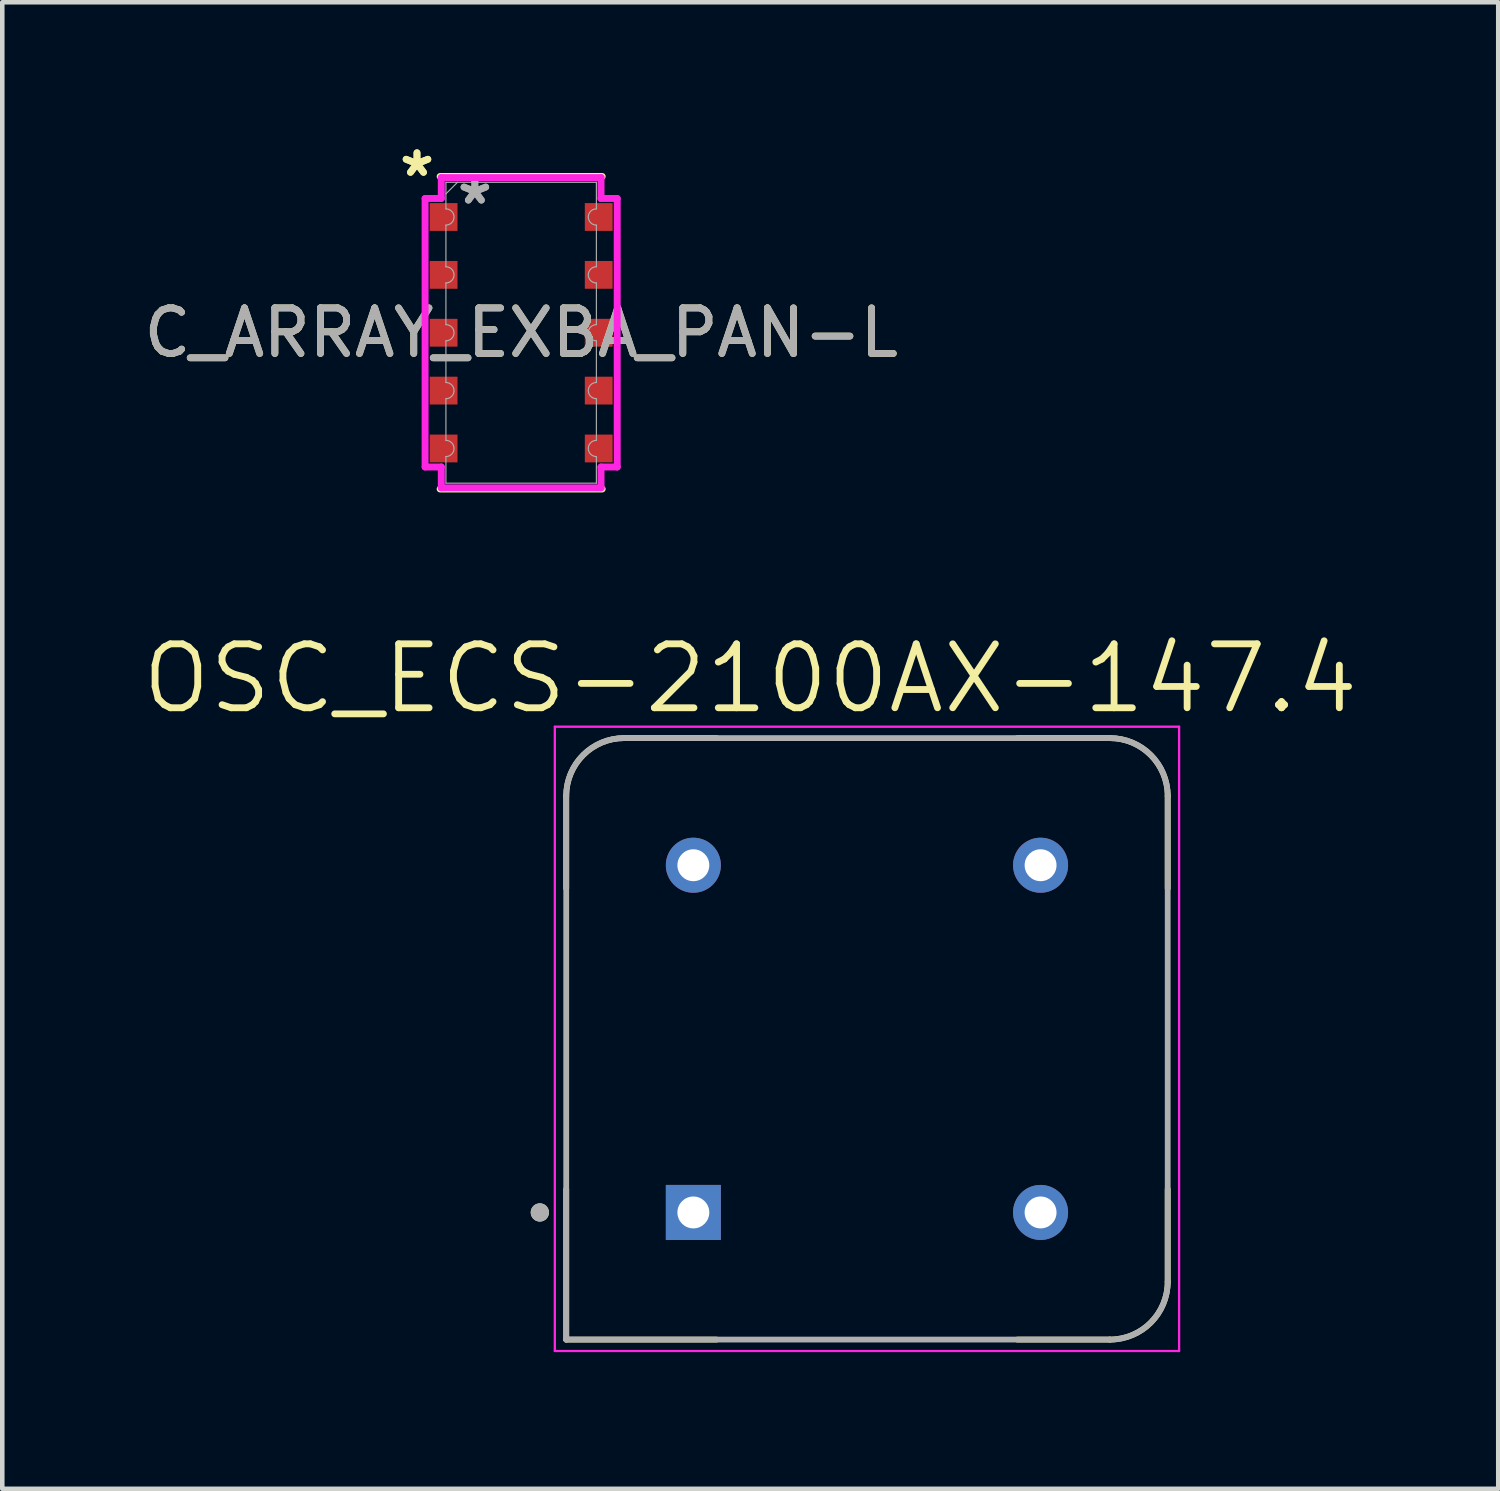
<source format=kicad_pcb>
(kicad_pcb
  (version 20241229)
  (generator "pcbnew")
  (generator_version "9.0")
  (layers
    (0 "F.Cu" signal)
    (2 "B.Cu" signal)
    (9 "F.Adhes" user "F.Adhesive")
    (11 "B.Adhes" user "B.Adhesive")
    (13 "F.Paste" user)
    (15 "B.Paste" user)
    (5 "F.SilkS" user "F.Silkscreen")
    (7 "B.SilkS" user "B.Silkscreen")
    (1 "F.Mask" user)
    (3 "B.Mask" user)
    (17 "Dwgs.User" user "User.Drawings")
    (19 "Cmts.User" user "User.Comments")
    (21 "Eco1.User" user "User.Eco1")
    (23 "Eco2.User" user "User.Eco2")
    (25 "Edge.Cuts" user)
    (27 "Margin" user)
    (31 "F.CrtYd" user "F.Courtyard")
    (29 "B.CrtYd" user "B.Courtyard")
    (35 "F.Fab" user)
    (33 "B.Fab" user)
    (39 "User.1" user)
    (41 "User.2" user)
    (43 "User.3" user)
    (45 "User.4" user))
  (footprint "OSC_ECS-2100AX-147.4"
    (layer "F.Cu")
    (at 15.976 19.748)
    (property "Reference" "OSC_ECS-2100AX-147.4" (at -2.561 -7.907 0) (layer "F.SilkS") (effects (font (size 1.403 1.403) (thickness 0.15))))
    (attr through_hole)
    (fp_line (start -6.6 -5.33) (end -6.6 -3.3) (stroke (width 0.127) (type solid)) (layer "F.SilkS"))
    (fp_line (start -6.6 6.6) (end -6.6 3.3) (stroke (width 0.127) (type solid)) (layer "F.SilkS"))
    (fp_line (start -3.3 -6.6) (end -5.33 -6.6) (stroke (width 0.127) (type solid)) (layer "F.SilkS"))
    (fp_line (start -3.3 6.6) (end -6.6 6.6) (stroke (width 0.127) (type solid)) (layer "F.SilkS"))
    (fp_line (start 3.3 -6.6) (end 5.33 -6.6) (stroke (width 0.127) (type solid)) (layer "F.SilkS"))
    (fp_line (start 3.3 6.6) (end 5.33 6.6) (stroke (width 0.127) (type solid)) (layer "F.SilkS"))
    (fp_line (start 6.6 -5.33) (end 6.6 -3.3) (stroke (width 0.127) (type solid)) (layer "F.SilkS"))
    (fp_line (start 6.6 5.33) (end 6.6 3.3) (stroke (width 0.127) (type solid)) (layer "F.SilkS"))
    (fp_arc (start -6.6 -5.33) (mid -6.228026 -6.228026) (end -5.33 -6.6) (stroke (width 0.127) (type solid)) (layer "F.SilkS"))
    (fp_arc (start 5.33 -6.6) (mid 6.228026 -6.228026) (end 6.6 -5.33) (stroke (width 0.127) (type solid)) (layer "F.SilkS"))
    (fp_arc (start 6.6 5.33) (mid 6.228026 6.228026) (end 5.33 6.6) (stroke (width 0.127) (type solid)) (layer "F.SilkS"))
    (fp_circle (center -7.179 3.81) (end -7.079 3.81) (stroke (width 0.2) (type solid)) (fill no) (layer "F.SilkS"))
    (fp_line (start -6.85 -6.85) (end 6.85 -6.85) (stroke (width 0.05) (type solid)) (layer "F.CrtYd"))
    (fp_line (start -6.85 6.85) (end -6.85 -6.85) (stroke (width 0.05) (type solid)) (layer "F.CrtYd"))
    (fp_line (start 6.85 -6.85) (end 6.85 6.85) (stroke (width 0.05) (type solid)) (layer "F.CrtYd"))
    (fp_line (start 6.85 6.85) (end -6.85 6.85) (stroke (width 0.05) (type solid)) (layer "F.CrtYd"))
    (fp_line (start -6.6 6.6) (end -6.6 -5.33) (stroke (width 0.127) (type solid)) (layer "F.Fab"))
    (fp_line (start -5.33 -6.6) (end 5.33 -6.6) (stroke (width 0.127) (type solid)) (layer "F.Fab"))
    (fp_line (start 5.33 6.6) (end -6.6 6.6) (stroke (width 0.127) (type solid)) (layer "F.Fab"))
    (fp_line (start 6.6 -5.33) (end 6.6 5.33) (stroke (width 0.127) (type solid)) (layer "F.Fab"))
    (fp_arc (start -6.6 -5.33) (mid -6.228026 -6.228026) (end -5.33 -6.6) (stroke (width 0.127) (type solid)) (layer "F.Fab"))
    (fp_arc (start 5.33 -6.6) (mid 6.228026 -6.228026) (end 6.6 -5.33) (stroke (width 0.127) (type solid)) (layer "F.Fab"))
    (fp_arc (start 6.6 5.33) (mid 6.228026 6.228026) (end 5.33 6.6) (stroke (width 0.127) (type solid)) (layer "F.Fab"))
    (fp_circle (center -7.179 3.81) (end -7.079 3.81) (stroke (width 0.2) (type solid)) (fill no) (layer "F.Fab"))
    (pad "1" thru_hole rect (at -3.81 3.81) (size 1.208 1.208) (drill 0.7) (layers "*.Cu" "*.Mask"))
    (pad "4" thru_hole circle (at 3.81 3.81) (size 1.208 1.208) (drill 0.7) (layers "*.Cu" "*.Mask"))
    (pad "5" thru_hole circle (at 3.81 -3.81) (size 1.208 1.208) (drill 0.7) (layers "*.Cu" "*.Mask"))
    (pad "8" thru_hole circle (at -3.81 -3.81) (size 1.208 1.208) (drill 0.7) (layers "*.Cu" "*.Mask")))
  (footprint "C_ARRAY_EXBA_PAN-L"
    (layer "F.Cu")
    (at 8.387 4.252)
    (property "Reference" "C_ARRAY_EXBA_PAN-L" (at 0 0 0) (unlocked yes) (layer "F.SilkS") (effects (font (size 1 1) (thickness 0.15))))
    (attr smd)
    (fp_line (start -1.778 -3.429) (end 1.778 -3.429) (stroke (width 0.152) (type solid)) (layer "F.SilkS"))
    (fp_line (start -1.778 3.429) (end 1.778 3.429) (stroke (width 0.152) (type solid)) (layer "F.SilkS"))
    (fp_line (start -2.108 -2.946) (end -1.753 -2.946) (stroke (width 0.152) (type solid)) (layer "F.CrtYd"))
    (fp_line (start -2.108 2.946) (end -2.108 -2.946) (stroke (width 0.152) (type solid)) (layer "F.CrtYd"))
    (fp_line (start -2.108 2.946) (end -1.753 2.946) (stroke (width 0.152) (type solid)) (layer "F.CrtYd"))
    (fp_line (start -1.753 -3.404) (end 1.753 -3.404) (stroke (width 0.152) (type solid)) (layer "F.CrtYd"))
    (fp_line (start -1.753 -2.946) (end -1.753 -3.404) (stroke (width 0.152) (type solid)) (layer "F.CrtYd"))
    (fp_line (start -1.753 3.404) (end -1.753 2.946) (stroke (width 0.152) (type solid)) (layer "F.CrtYd"))
    (fp_line (start 1.753 -3.404) (end 1.753 -2.946) (stroke (width 0.152) (type solid)) (layer "F.CrtYd"))
    (fp_line (start 1.753 2.946) (end 1.753 3.404) (stroke (width 0.152) (type solid)) (layer "F.CrtYd"))
    (fp_line (start 1.753 3.404) (end -1.753 3.404) (stroke (width 0.152) (type solid)) (layer "F.CrtYd"))
    (fp_line (start 2.108 -2.946) (end 1.753 -2.946) (stroke (width 0.152) (type solid)) (layer "F.CrtYd"))
    (fp_line (start 2.108 -2.946) (end 2.108 2.946) (stroke (width 0.152) (type solid)) (layer "F.CrtYd"))
    (fp_line (start 2.108 2.946) (end 1.753 2.946) (stroke (width 0.152) (type solid)) (layer "F.CrtYd"))
    (fp_line (start -1.651 -3.302) (end 1.651 -3.302) (stroke (width 0.025) (type solid)) (layer "F.Fab"))
    (fp_line (start -1.651 -2.718) (end -1.651 -3.302) (stroke (width 0.025) (type solid)) (layer "F.Fab"))
    (fp_line (start -1.651 -2.362) (end -1.651 -1.448) (stroke (width 0.025) (type solid)) (layer "F.Fab"))
    (fp_line (start -1.651 -1.092) (end -1.651 -0.178) (stroke (width 0.025) (type solid)) (layer "F.Fab"))
    (fp_line (start -1.651 0.178) (end -1.651 1.092) (stroke (width 0.025) (type solid)) (layer "F.Fab"))
    (fp_line (start -1.651 1.448) (end -1.651 2.362) (stroke (width 0.025) (type solid)) (layer "F.Fab"))
    (fp_line (start -1.651 2.718) (end -1.651 3.302) (stroke (width 0.025) (type solid)) (layer "F.Fab"))
    (fp_line (start -1.651 3.302) (end 1.651 3.302) (stroke (width 0.025) (type solid)) (layer "F.Fab"))
    (fp_line (start -1.397 -3.302) (end -1.651 -3.048) (stroke (width 0.025) (type solid)) (layer "F.Fab"))
    (fp_line (start 1.651 -2.718) (end 1.651 -3.302) (stroke (width 0.025) (type solid)) (layer "F.Fab"))
    (fp_line (start 1.651 -2.362) (end 1.651 -1.448) (stroke (width 0.025) (type solid)) (layer "F.Fab"))
    (fp_line (start 1.651 -1.092) (end 1.651 -0.178) (stroke (width 0.025) (type solid)) (layer "F.Fab"))
    (fp_line (start 1.651 0.178) (end 1.651 1.092) (stroke (width 0.025) (type solid)) (layer "F.Fab"))
    (fp_line (start 1.651 1.448) (end 1.651 2.362) (stroke (width 0.025) (type solid)) (layer "F.Fab"))
    (fp_line (start 1.651 2.718) (end 1.651 3.302) (stroke (width 0.025) (type solid)) (layer "F.Fab"))
    (fp_arc (start -1.651 -2.7178) (mid -1.4732 -2.54) (end -1.651 -2.3622) (stroke (width 0.0254) (type solid)) (layer "F.Fab"))
    (fp_arc (start -1.651 -1.4478) (mid -1.4732 -1.27) (end -1.651 -1.0922) (stroke (width 0.0254) (type solid)) (layer "F.Fab"))
    (fp_arc (start -1.651 -0.1778) (mid -1.4732 0) (end -1.651 0.1778) (stroke (width 0.0254) (type solid)) (layer "F.Fab"))
    (fp_arc (start -1.651 1.0922) (mid -1.4732 1.27) (end -1.651 1.4478) (stroke (width 0.0254) (type solid)) (layer "F.Fab"))
    (fp_arc (start -1.651 2.3622) (mid -1.4732 2.54) (end -1.651 2.7178) (stroke (width 0.0254) (type solid)) (layer "F.Fab"))
    (fp_arc (start 1.651 -2.3622) (mid 1.4732 -2.54) (end 1.651 -2.7178) (stroke (width 0.0254) (type solid)) (layer "F.Fab"))
    (fp_arc (start 1.651 -1.0922) (mid 1.4732 -1.27) (end 1.651 -1.4478) (stroke (width 0.0254) (type solid)) (layer "F.Fab"))
    (fp_arc (start 1.651 0.1778) (mid 1.4732 0) (end 1.651 -0.1778) (stroke (width 0.0254) (type solid)) (layer "F.Fab"))
    (fp_arc (start 1.651 1.4478) (mid 1.4732 1.27) (end 1.651 1.0922) (stroke (width 0.0254) (type solid)) (layer "F.Fab"))
    (fp_arc (start 1.651 2.7178) (mid 1.4732 2.54) (end 1.651 2.3622) (stroke (width 0.0254) (type solid)) (layer "F.Fab"))
    (fp_text user "*" (at -2.286 -3.404 0) (layer "F.SilkS") (effects (font (size 1 1) (thickness 0.15))))
    (fp_text user "*" (at -2.286 -3.404 0) (unlocked yes) (layer "F.SilkS") (effects (font (size 1 1) (thickness 0.15))))
    (fp_text user "*" (at -1.016 -2.794 0) (layer "F.Fab") (effects (font (size 1 1) (thickness 0.15))))
    (fp_text user "${REFERENCE}" (at 0 0 0) (unlocked yes) (layer "F.Fab") (effects (font (size 1 1) (thickness 0.15))))
    (fp_text user "*" (at -1.016 -2.794 0) (unlocked yes) (layer "F.Fab") (effects (font (size 1 1) (thickness 0.15))))
    (pad "1" smd rect (at -1.702 -2.54) (size 0.61 0.61) (layers "F.Cu" "F.Mask" "F.Paste"))
    (pad "2" smd rect (at -1.702 -1.27) (size 0.61 0.61) (layers "F.Cu" "F.Mask" "F.Paste"))
    (pad "3" smd rect (at -1.702 0) (size 0.61 0.61) (layers "F.Cu" "F.Mask" "F.Paste"))
    (pad "4" smd rect (at -1.702 1.27) (size 0.61 0.61) (layers "F.Cu" "F.Mask" "F.Paste"))
    (pad "5" smd rect (at -1.702 2.54) (size 0.61 0.61) (layers "F.Cu" "F.Mask" "F.Paste"))
    (pad "6" smd rect (at 1.702 2.54) (size 0.61 0.61) (layers "F.Cu" "F.Mask" "F.Paste"))
    (pad "7" smd rect (at 1.702 1.27) (size 0.61 0.61) (layers "F.Cu" "F.Mask" "F.Paste"))
    (pad "8" smd rect (at 1.702 0) (size 0.61 0.61) (layers "F.Cu" "F.Mask" "F.Paste"))
    (pad "9" smd rect (at 1.702 -1.27) (size 0.61 0.61) (layers "F.Cu" "F.Mask" "F.Paste"))
    (pad "10" smd rect (at 1.702 -2.54) (size 0.61 0.61) (layers "F.Cu" "F.Mask" "F.Paste")))
  (gr_rect
    (start -3 -3)
    (end 29.83 29.623)
    (stroke (width 0.1) (type default))
    (fill no)
    (layer "Edge.Cuts")))
</source>
